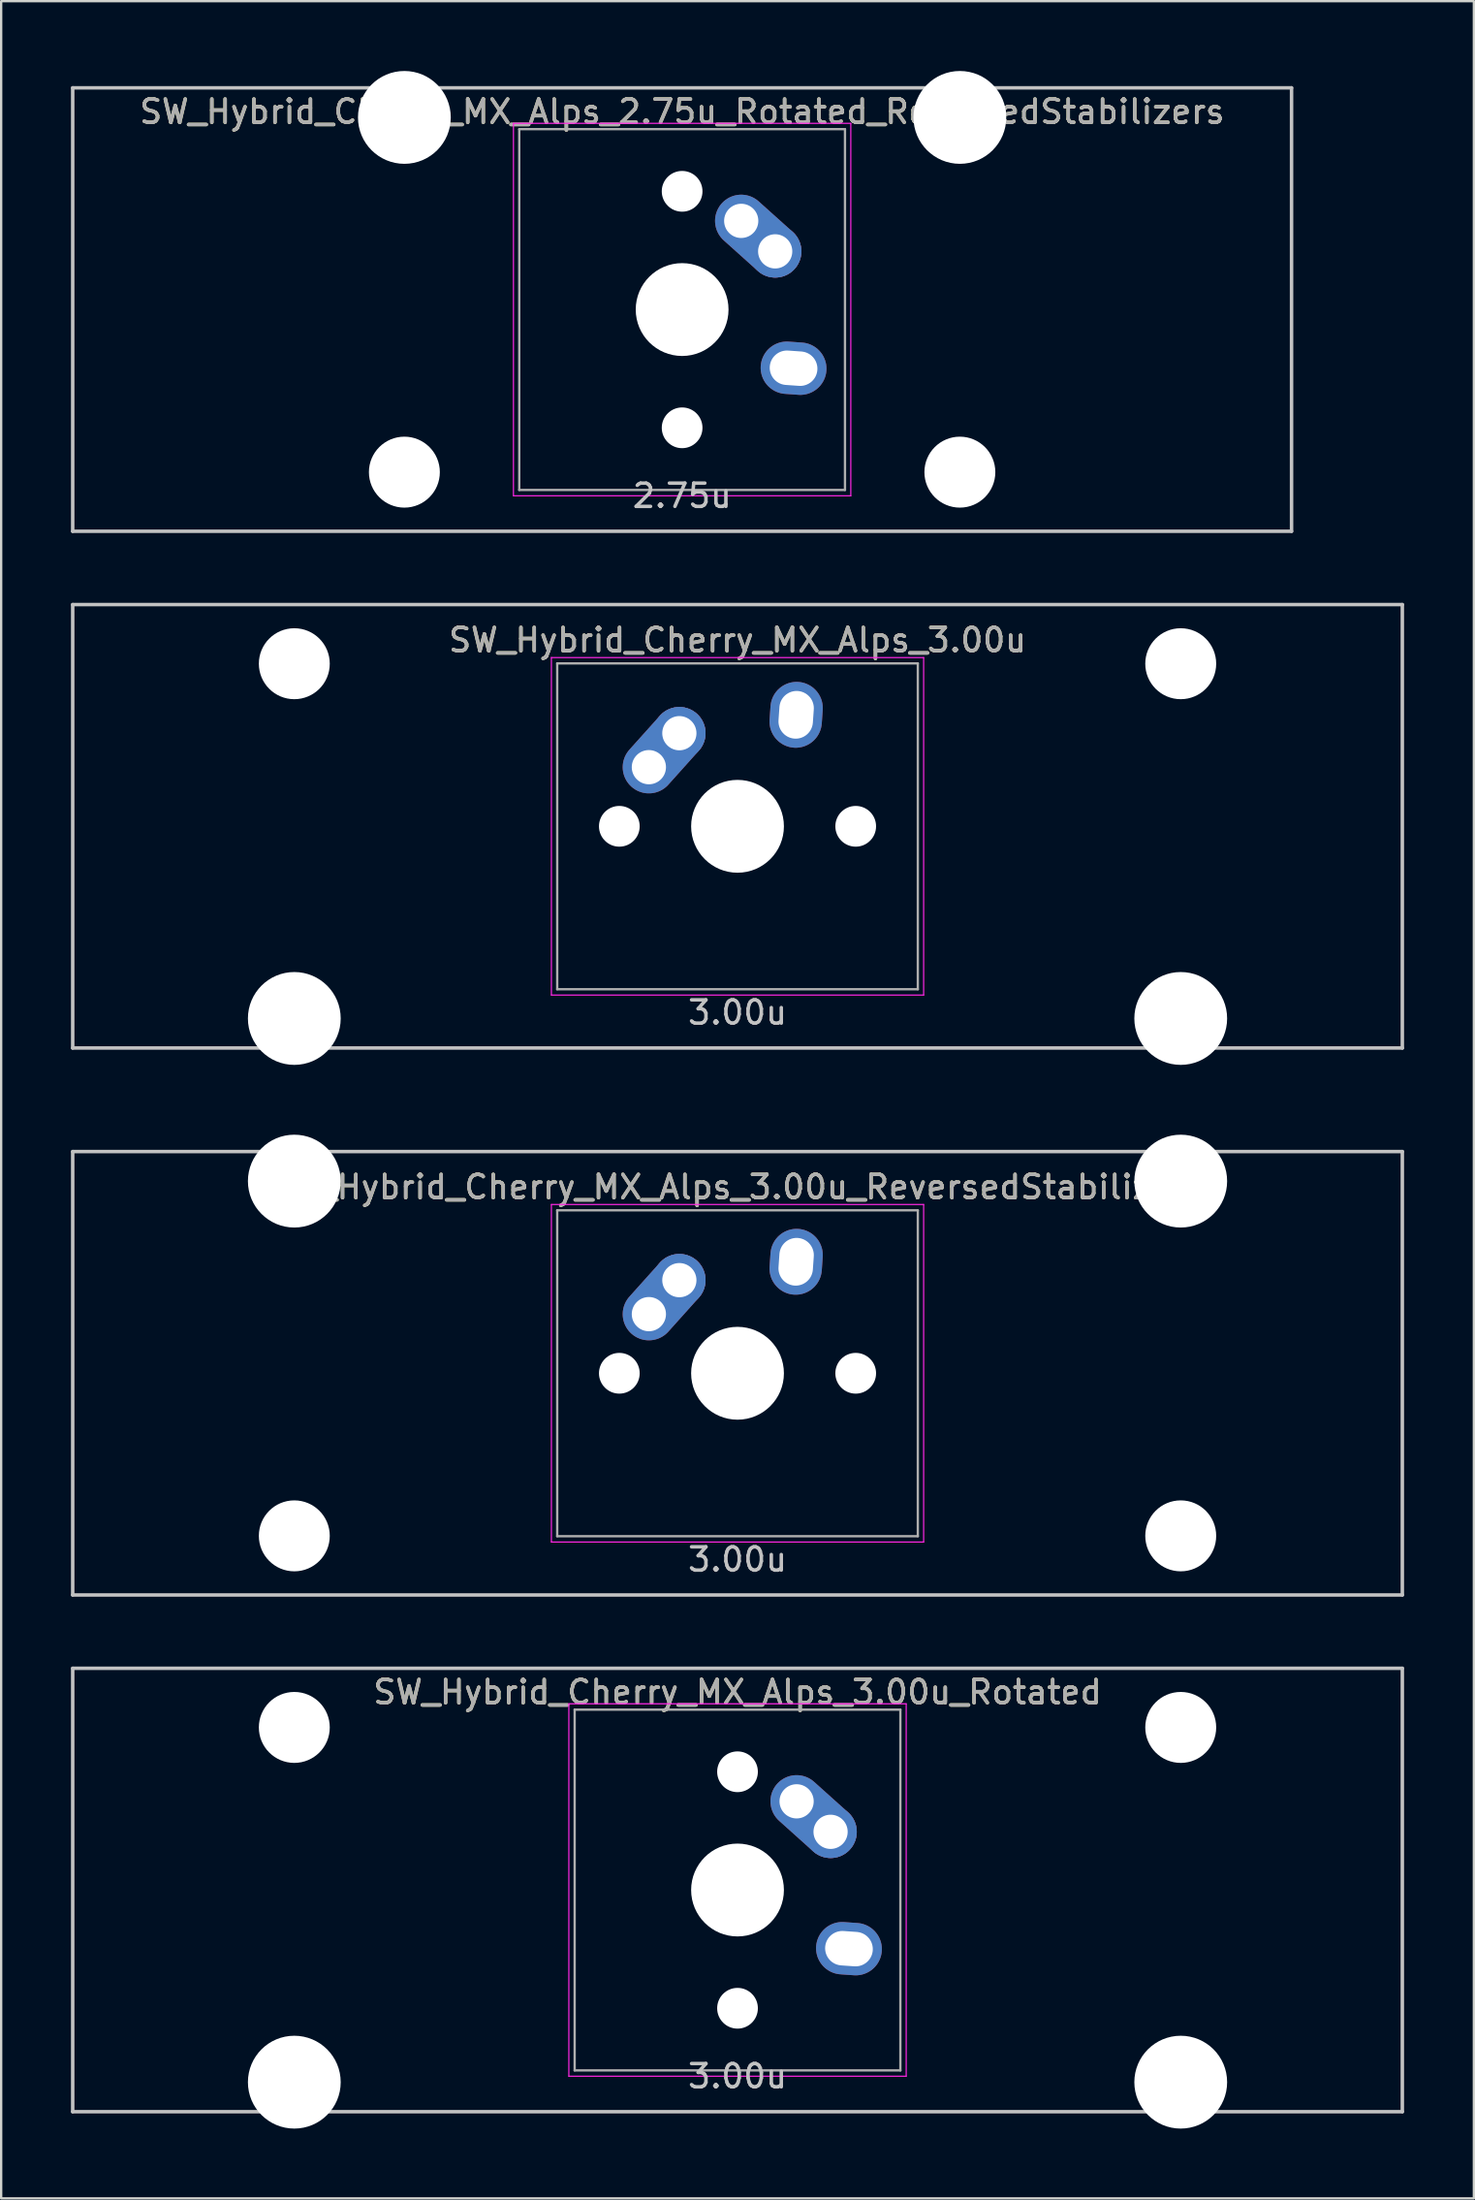
<source format=kicad_pcb>
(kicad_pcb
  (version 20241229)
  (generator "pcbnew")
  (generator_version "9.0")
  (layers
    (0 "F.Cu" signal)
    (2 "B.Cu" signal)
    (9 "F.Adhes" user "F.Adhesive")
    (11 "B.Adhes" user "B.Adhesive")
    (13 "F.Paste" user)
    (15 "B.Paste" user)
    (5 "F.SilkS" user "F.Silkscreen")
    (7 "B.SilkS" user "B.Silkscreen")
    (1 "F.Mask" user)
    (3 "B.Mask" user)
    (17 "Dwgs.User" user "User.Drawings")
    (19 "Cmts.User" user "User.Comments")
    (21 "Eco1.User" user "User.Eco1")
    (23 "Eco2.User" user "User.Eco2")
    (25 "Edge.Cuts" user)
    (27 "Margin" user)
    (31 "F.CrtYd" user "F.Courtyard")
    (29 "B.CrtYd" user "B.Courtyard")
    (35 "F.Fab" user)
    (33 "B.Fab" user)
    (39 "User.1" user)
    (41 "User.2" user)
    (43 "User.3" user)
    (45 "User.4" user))
  (footprint "SW_Hybrid_Cherry_MX_Alps_3.00u"
    (layer "F.Cu")
    (at 28.65 32.449)
    (property "Reference" "SW_Hybrid_Cherry_MX_Alps_3.00u" (at 0 -8 0) (layer "F.SilkS") (effects (font (size 1 1) (thickness 0.15))))
    (attr through_hole)
    (fp_line (start -28.575 -9.525) (end 28.575 -9.525) (stroke (width 0.15) (type solid)) (layer "Dwgs.User"))
    (fp_line (start -28.575 9.525) (end -28.575 -9.525) (stroke (width 0.15) (type solid)) (layer "Dwgs.User"))
    (fp_line (start -28.575 9.525) (end 28.575 9.525) (stroke (width 0.15) (type solid)) (layer "Dwgs.User"))
    (fp_line (start 28.575 -9.525) (end 28.575 9.525) (stroke (width 0.15) (type solid)) (layer "Dwgs.User"))
    (fp_line (start -8 -7.25) (end 8 -7.25) (stroke (width 0.05) (type solid)) (layer "F.CrtYd"))
    (fp_line (start -8 7.25) (end -8 -7.25) (stroke (width 0.05) (type solid)) (layer "F.CrtYd"))
    (fp_line (start 8 -7.25) (end 8 7.25) (stroke (width 0.05) (type solid)) (layer "F.CrtYd"))
    (fp_line (start 8 7.25) (end -8 7.25) (stroke (width 0.05) (type solid)) (layer "F.CrtYd"))
    (fp_line (start -7.75 -7) (end 7.75 -7) (stroke (width 0.1) (type solid)) (layer "F.Fab"))
    (fp_line (start -7.75 7) (end -7.75 -7) (stroke (width 0.1) (type solid)) (layer "F.Fab"))
    (fp_line (start 7.75 -7) (end 7.75 7) (stroke (width 0.1) (type solid)) (layer "F.Fab"))
    (fp_line (start 7.75 7) (end -7.75 7) (stroke (width 0.1) (type solid)) (layer "F.Fab"))
    (fp_text user "3.00u" (at 0 8 0) (layer "Dwgs.User") (effects (font (size 1 1) (thickness 0.15))))
    (fp_text user "${REFERENCE}" (at 0 -8 0) (layer "F.Fab") (effects (font (size 1 1) (thickness 0.15))))
    (pad "" np_thru_hole circle (at -19.05 -6.985) (size 3.048 3.048) (drill 3.048) (layers "*.Cu" "*.Mask"))
    (pad "" np_thru_hole circle (at -19.05 8.255) (size 3.988 3.988) (drill 3.988) (layers "*.Cu" "*.Mask"))
    (pad "" np_thru_hole circle (at -5.08 0 48.1) (size 1.75 1.75) (drill 1.75) (layers "*.Cu" "*.Mask"))
    (pad "" np_thru_hole circle (at 0 0) (size 3.988 3.988) (drill 3.988) (layers "*.Cu" "*.Mask"))
    (pad "" np_thru_hole circle (at 5.08 0 48.1) (size 1.75 1.75) (drill 1.75) (layers "*.Cu" "*.Mask"))
    (pad "" np_thru_hole circle (at 19.05 -6.985) (size 3.048 3.048) (drill 3.048) (layers "*.Cu" "*.Mask"))
    (pad "" np_thru_hole circle (at 19.05 8.255) (size 3.988 3.988) (drill 3.988) (layers "*.Cu" "*.Mask"))
    (pad "1" thru_hole oval (at -3.81 -2.54 48.1) (size 4.212 2.25) (drill 1.47 (offset 0.981 0)) (layers "*.Cu" "B.Mask"))
    (pad "1" thru_hole circle (at -2.5 -4) (size 2.25 2.25) (drill 1.47) (layers "*.Cu" "B.Mask"))
    (pad "2" thru_hole oval (at 2.52 -4.79 86) (size 2.831 2.25) (drill oval 2.051 1.48) (layers "*.Cu" "B.Mask")))
  (footprint "SW_Hybrid_Cherry_MX_Alps_2.75u_Rotated_ReversedStabilizers"
    (layer "F.Cu")
    (at 26.269 10.249)
    (property "Reference" "SW_Hybrid_Cherry_MX_Alps_2.75u_Rotated_ReversedStabilizers" (at 0 -8.5 0) (layer "F.SilkS") (effects (font (size 1 1) (thickness 0.15))))
    (attr through_hole)
    (fp_line (start -26.194 -9.525) (end 26.194 -9.525) (stroke (width 0.15) (type solid)) (layer "Dwgs.User"))
    (fp_line (start -26.194 9.525) (end -26.194 -9.525) (stroke (width 0.15) (type solid)) (layer "Dwgs.User"))
    (fp_line (start -26.194 9.525) (end 26.194 9.525) (stroke (width 0.15) (type solid)) (layer "Dwgs.User"))
    (fp_line (start 26.194 -9.525) (end 26.194 9.525) (stroke (width 0.15) (type solid)) (layer "Dwgs.User"))
    (fp_line (start -7.25 -8) (end 7.25 -8) (stroke (width 0.05) (type solid)) (layer "F.CrtYd"))
    (fp_line (start -7.25 8) (end -7.25 -8) (stroke (width 0.05) (type solid)) (layer "F.CrtYd"))
    (fp_line (start 7.25 -8) (end 7.25 8) (stroke (width 0.05) (type solid)) (layer "F.CrtYd"))
    (fp_line (start 7.25 8) (end -7.25 8) (stroke (width 0.05) (type solid)) (layer "F.CrtYd"))
    (fp_line (start -7 -7.75) (end 7 -7.75) (stroke (width 0.1) (type solid)) (layer "F.Fab"))
    (fp_line (start -7 7.75) (end -7 -7.75) (stroke (width 0.1) (type solid)) (layer "F.Fab"))
    (fp_line (start 7 -7.75) (end 7 7.75) (stroke (width 0.1) (type solid)) (layer "F.Fab"))
    (fp_line (start 7 7.75) (end -7 7.75) (stroke (width 0.1) (type solid)) (layer "F.Fab"))
    (fp_text user "2.75u" (at 0 8 0) (layer "Dwgs.User") (effects (font (size 1 1) (thickness 0.15))))
    (fp_text user "${REFERENCE}" (at 0 -8.5 0) (layer "F.Fab") (effects (font (size 1 1) (thickness 0.15))))
    (pad "" np_thru_hole circle (at -11.938 -8.255) (size 3.988 3.988) (drill 3.988) (layers "*.Cu" "*.Mask"))
    (pad "" np_thru_hole circle (at -11.938 6.985) (size 3.048 3.048) (drill 3.048) (layers "*.Cu" "*.Mask"))
    (pad "" np_thru_hole circle (at 0 -5.08 318.1) (size 1.75 1.75) (drill 1.75) (layers "*.Cu" "*.Mask"))
    (pad "" np_thru_hole circle (at 0 0 270) (size 3.988 3.988) (drill 3.988) (layers "*.Cu" "*.Mask"))
    (pad "" np_thru_hole circle (at 0 5.08 318.1) (size 1.75 1.75) (drill 1.75) (layers "*.Cu" "*.Mask"))
    (pad "" np_thru_hole circle (at 11.938 -8.255) (size 3.988 3.988) (drill 3.988) (layers "*.Cu" "*.Mask"))
    (pad "" np_thru_hole circle (at 11.938 6.985) (size 3.048 3.048) (drill 3.048) (layers "*.Cu" "*.Mask"))
    (pad "1" thru_hole oval (at 2.54 -3.81 318.1) (size 4.212 2.25) (drill 1.47 (offset 0.981 0)) (layers "*.Cu" "B.Mask"))
    (pad "1" thru_hole circle (at 4 -2.5 270) (size 2.25 2.25) (drill 1.47) (layers "*.Cu" "B.Mask"))
    (pad "2" thru_hole oval (at 4.79 2.52 356) (size 2.831 2.25) (drill oval 2.051 1.48) (layers "*.Cu" "B.Mask")))
  (footprint "SW_Hybrid_Cherry_MX_Alps_3.00u_ReversedStabilizers"
    (layer "F.Cu")
    (at 28.65 55.947)
    (property "Reference" "SW_Hybrid_Cherry_MX_Alps_3.00u_ReversedStabilizers" (at 0 -8 0) (layer "F.SilkS") (effects (font (size 1 1) (thickness 0.15))))
    (attr through_hole)
    (fp_line (start -28.575 -9.525) (end 28.575 -9.525) (stroke (width 0.15) (type solid)) (layer "Dwgs.User"))
    (fp_line (start -28.575 9.525) (end -28.575 -9.525) (stroke (width 0.15) (type solid)) (layer "Dwgs.User"))
    (fp_line (start -28.575 9.525) (end 28.575 9.525) (stroke (width 0.15) (type solid)) (layer "Dwgs.User"))
    (fp_line (start 28.575 -9.525) (end 28.575 9.525) (stroke (width 0.15) (type solid)) (layer "Dwgs.User"))
    (fp_line (start -8 -7.25) (end 8 -7.25) (stroke (width 0.05) (type solid)) (layer "F.CrtYd"))
    (fp_line (start -8 7.25) (end -8 -7.25) (stroke (width 0.05) (type solid)) (layer "F.CrtYd"))
    (fp_line (start 8 -7.25) (end 8 7.25) (stroke (width 0.05) (type solid)) (layer "F.CrtYd"))
    (fp_line (start 8 7.25) (end -8 7.25) (stroke (width 0.05) (type solid)) (layer "F.CrtYd"))
    (fp_line (start -7.75 -7) (end 7.75 -7) (stroke (width 0.1) (type solid)) (layer "F.Fab"))
    (fp_line (start -7.75 7) (end -7.75 -7) (stroke (width 0.1) (type solid)) (layer "F.Fab"))
    (fp_line (start 7.75 -7) (end 7.75 7) (stroke (width 0.1) (type solid)) (layer "F.Fab"))
    (fp_line (start 7.75 7) (end -7.75 7) (stroke (width 0.1) (type solid)) (layer "F.Fab"))
    (fp_text user "3.00u" (at 0 8 0) (layer "Dwgs.User") (effects (font (size 1 1) (thickness 0.15))))
    (fp_text user "${REFERENCE}" (at 0 -8 0) (layer "F.Fab") (effects (font (size 1 1) (thickness 0.15))))
    (pad "" np_thru_hole circle (at -19.05 -8.255) (size 3.988 3.988) (drill 3.988) (layers "*.Cu" "*.Mask"))
    (pad "" np_thru_hole circle (at -19.05 6.985) (size 3.048 3.048) (drill 3.048) (layers "*.Cu" "*.Mask"))
    (pad "" np_thru_hole circle (at -5.08 0 48.1) (size 1.75 1.75) (drill 1.75) (layers "*.Cu" "*.Mask"))
    (pad "" np_thru_hole circle (at 0 0) (size 3.988 3.988) (drill 3.988) (layers "*.Cu" "*.Mask"))
    (pad "" np_thru_hole circle (at 5.08 0 48.1) (size 1.75 1.75) (drill 1.75) (layers "*.Cu" "*.Mask"))
    (pad "" np_thru_hole circle (at 19.05 -8.255) (size 3.988 3.988) (drill 3.988) (layers "*.Cu" "*.Mask"))
    (pad "" np_thru_hole circle (at 19.05 6.985) (size 3.048 3.048) (drill 3.048) (layers "*.Cu" "*.Mask"))
    (pad "1" thru_hole oval (at -3.81 -2.54 48.1) (size 4.212 2.25) (drill 1.47 (offset 0.981 0)) (layers "*.Cu" "B.Mask"))
    (pad "1" thru_hole circle (at -2.5 -4) (size 2.25 2.25) (drill 1.47) (layers "*.Cu" "B.Mask"))
    (pad "2" thru_hole oval (at 2.52 -4.79 86) (size 2.831 2.25) (drill oval 2.051 1.48) (layers "*.Cu" "B.Mask")))
  (footprint "SW_Hybrid_Cherry_MX_Alps_3.00u_Rotated"
    (layer "F.Cu")
    (at 28.65 78.147)
    (property "Reference" "SW_Hybrid_Cherry_MX_Alps_3.00u_Rotated" (at 0 -8.5 0) (layer "F.SilkS") (effects (font (size 1 1) (thickness 0.15))))
    (attr through_hole)
    (fp_line (start -28.575 -9.525) (end 28.575 -9.525) (stroke (width 0.15) (type solid)) (layer "Dwgs.User"))
    (fp_line (start -28.575 9.525) (end -28.575 -9.525) (stroke (width 0.15) (type solid)) (layer "Dwgs.User"))
    (fp_line (start -28.575 9.525) (end 28.575 9.525) (stroke (width 0.15) (type solid)) (layer "Dwgs.User"))
    (fp_line (start 28.575 -9.525) (end 28.575 9.525) (stroke (width 0.15) (type solid)) (layer "Dwgs.User"))
    (fp_line (start -7.25 -8) (end 7.25 -8) (stroke (width 0.05) (type solid)) (layer "F.CrtYd"))
    (fp_line (start -7.25 8) (end -7.25 -8) (stroke (width 0.05) (type solid)) (layer "F.CrtYd"))
    (fp_line (start 7.25 -8) (end 7.25 8) (stroke (width 0.05) (type solid)) (layer "F.CrtYd"))
    (fp_line (start 7.25 8) (end -7.25 8) (stroke (width 0.05) (type solid)) (layer "F.CrtYd"))
    (fp_line (start -7 -7.75) (end 7 -7.75) (stroke (width 0.1) (type solid)) (layer "F.Fab"))
    (fp_line (start -7 7.75) (end -7 -7.75) (stroke (width 0.1) (type solid)) (layer "F.Fab"))
    (fp_line (start 7 -7.75) (end 7 7.75) (stroke (width 0.1) (type solid)) (layer "F.Fab"))
    (fp_line (start 7 7.75) (end -7 7.75) (stroke (width 0.1) (type solid)) (layer "F.Fab"))
    (fp_text user "3.00u" (at 0 8 0) (layer "Dwgs.User") (effects (font (size 1 1) (thickness 0.15))))
    (fp_text user "${REFERENCE}" (at 0 -8.5 0) (layer "F.Fab") (effects (font (size 1 1) (thickness 0.15))))
    (pad "" np_thru_hole circle (at -19.05 -6.985) (size 3.048 3.048) (drill 3.048) (layers "*.Cu" "*.Mask"))
    (pad "" np_thru_hole circle (at -19.05 8.255) (size 3.988 3.988) (drill 3.988) (layers "*.Cu" "*.Mask"))
    (pad "" np_thru_hole circle (at 0 -5.08 318.1) (size 1.75 1.75) (drill 1.75) (layers "*.Cu" "*.Mask"))
    (pad "" np_thru_hole circle (at 0 0 270) (size 3.988 3.988) (drill 3.988) (layers "*.Cu" "*.Mask"))
    (pad "" np_thru_hole circle (at 0 5.08 318.1) (size 1.75 1.75) (drill 1.75) (layers "*.Cu" "*.Mask"))
    (pad "" np_thru_hole circle (at 19.05 -6.985) (size 3.048 3.048) (drill 3.048) (layers "*.Cu" "*.Mask"))
    (pad "" np_thru_hole circle (at 19.05 8.255) (size 3.988 3.988) (drill 3.988) (layers "*.Cu" "*.Mask"))
    (pad "1" thru_hole oval (at 2.54 -3.81 318.1) (size 4.212 2.25) (drill 1.47 (offset 0.981 0)) (layers "*.Cu" "B.Mask"))
    (pad "1" thru_hole circle (at 4 -2.5 270) (size 2.25 2.25) (drill 1.47) (layers "*.Cu" "B.Mask"))
    (pad "2" thru_hole oval (at 4.79 2.52 356) (size 2.831 2.25) (drill oval 2.051 1.48) (layers "*.Cu" "B.Mask")))
  (gr_rect
    (start -3 -3)
    (end 60.3 91.396)
    (stroke (width 0.1) (type default))
    (fill no)
    (layer "Edge.Cuts")))
</source>
